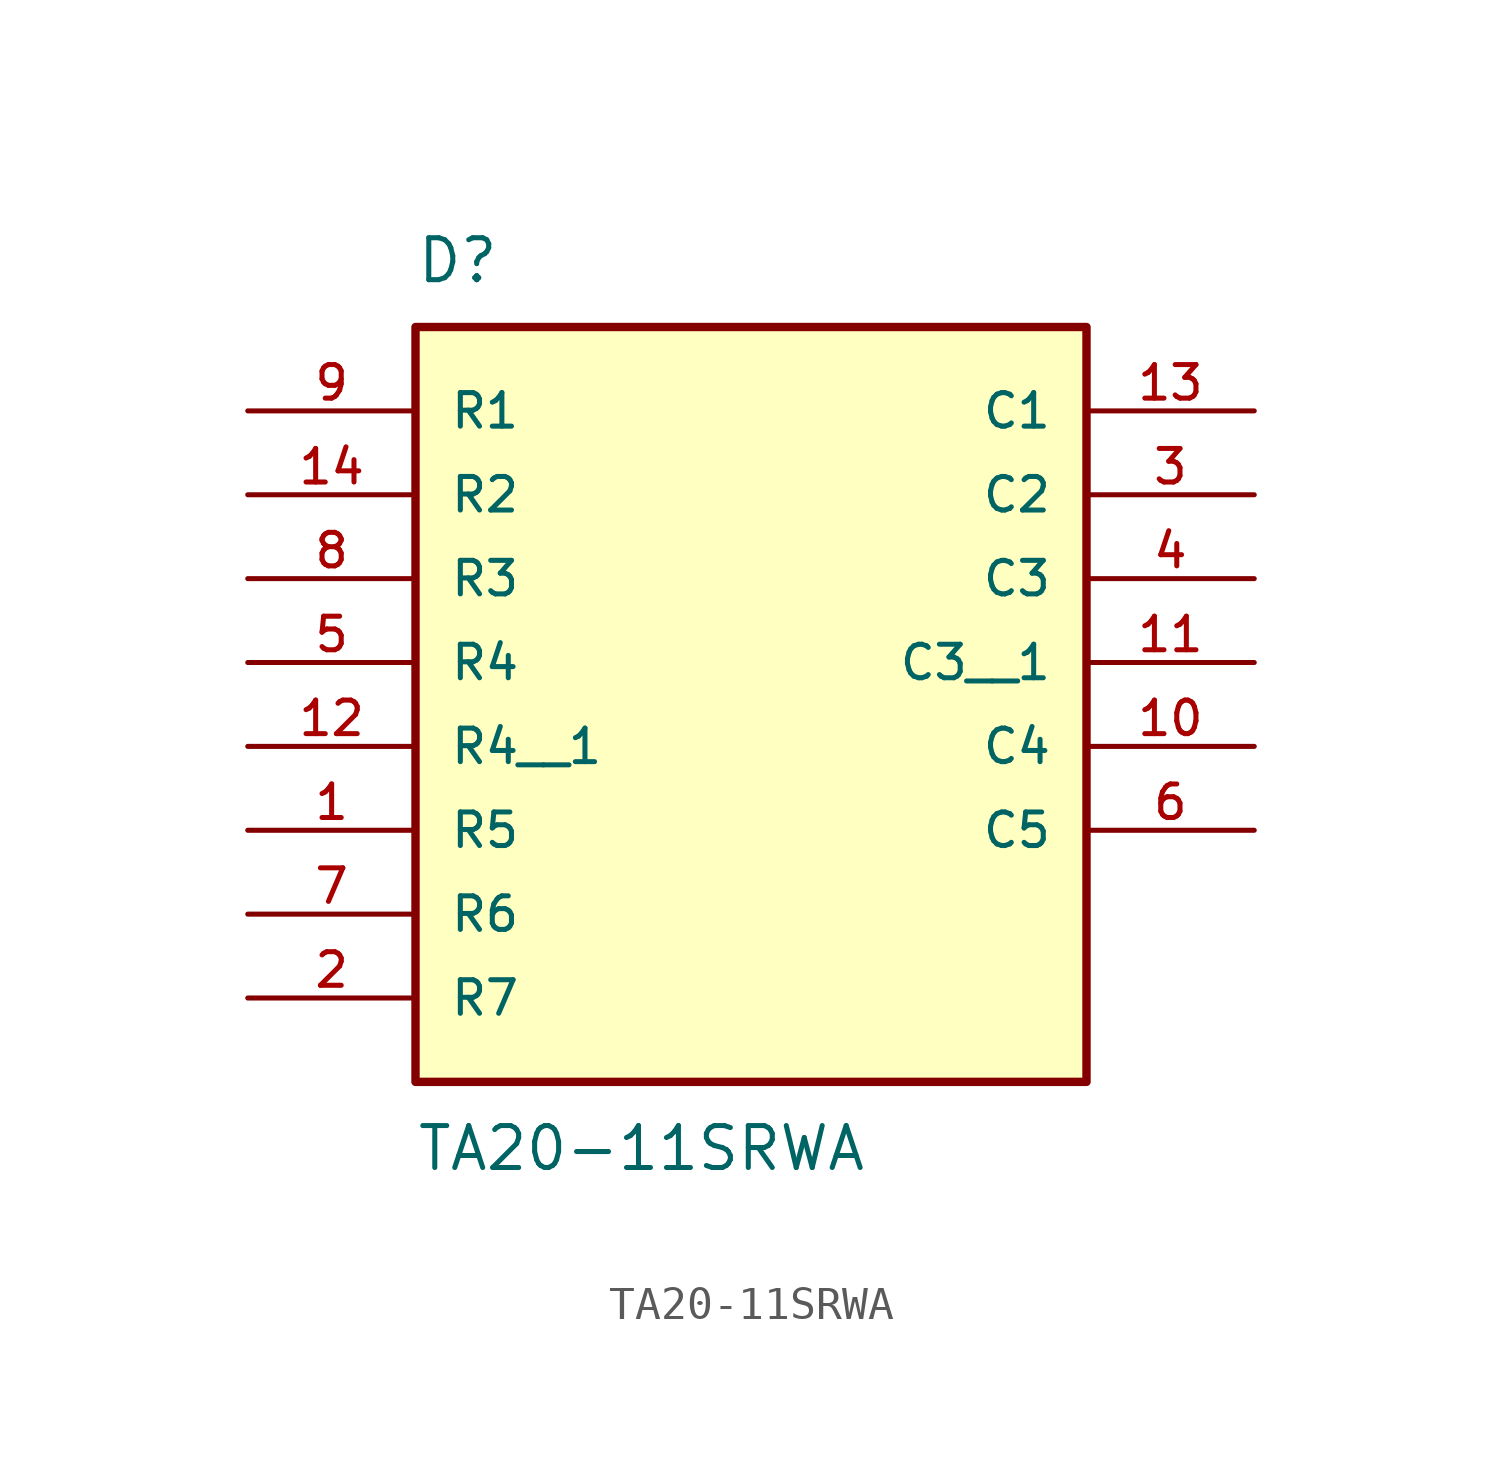
<source format=kicad_sym>
(kicad_symbol_lib
  (version 20211014)
  (generator kicad_symbol_editor)
  (symbol "TA20-11SRWA"
    (pin_names
      (offset 1.016))
    (property "Reference" "D"
      (at -10.16 11.43 0)
      (effects (font (size 1.27 1.27)) (justify bottom left)))
    (property "Value" "TA20-11SRWA"
      (at -10.16 -13.97 0.0)
      (effects (font (size 1.27 1.27)) (justify top left)))
    (symbol "TA20-11SRWA_0_0"
      (rectangle (start -10.16 -12.7) (end 10.16 10.16) (stroke (width 0.254)) (fill (type background)))
      (pin passive line (at -15.24 -10.16 0) (length 5.08) (name "R7" (effects (font (size 1.016 1.016)))) (number "2" (effects (font (size 1.016 1.016)))))
      (pin passive line (at -15.24 -7.62 0) (length 5.08) (name "R6" (effects (font (size 1.016 1.016)))) (number "7" (effects (font (size 1.016 1.016)))))
      (pin passive line (at -15.24 0.0 0) (length 5.08) (name "R4" (effects (font (size 1.016 1.016)))) (number "5" (effects (font (size 1.016 1.016)))))
      (pin passive line (at -15.24 5.08 0) (length 5.08) (name "R2" (effects (font (size 1.016 1.016)))) (number "14" (effects (font (size 1.016 1.016)))))
      (pin passive line (at -15.24 7.62 0) (length 5.08) (name "R1" (effects (font (size 1.016 1.016)))) (number "9" (effects (font (size 1.016 1.016)))))
      (pin passive line (at -15.24 2.54 0) (length 5.08) (name "R3" (effects (font (size 1.016 1.016)))) (number "8" (effects (font (size 1.016 1.016)))))
      (pin passive line (at -15.24 -5.08 0) (length 5.08) (name "R5" (effects (font (size 1.016 1.016)))) (number "1" (effects (font (size 1.016 1.016)))))
      (pin passive line (at 15.24 7.62 180.0) (length 5.08) (name "C1" (effects (font (size 1.016 1.016)))) (number "13" (effects (font (size 1.016 1.016)))))
      (pin passive line (at 15.24 5.08 180.0) (length 5.08) (name "C2" (effects (font (size 1.016 1.016)))) (number "3" (effects (font (size 1.016 1.016)))))
      (pin passive line (at 15.24 2.54 180.0) (length 5.08) (name "C3" (effects (font (size 1.016 1.016)))) (number "4" (effects (font (size 1.016 1.016)))))
      (pin passive line (at 15.24 -2.54 180.0) (length 5.08) (name "C4" (effects (font (size 1.016 1.016)))) (number "10" (effects (font (size 1.016 1.016)))))
      (pin passive line (at 15.24 -5.08 180.0) (length 5.08) (name "C5" (effects (font (size 1.016 1.016)))) (number "6" (effects (font (size 1.016 1.016)))))
      (pin passive line (at -15.24 -2.54 0) (length 5.08) (name "R4__1" (effects (font (size 1.016 1.016)))) (number "12" (effects (font (size 1.016 1.016)))))
      (pin passive line (at 15.24 0.0 180.0) (length 5.08) (name "C3__1" (effects (font (size 1.016 1.016)))) (number "11" (effects (font (size 1.016 1.016))))))))
</source>
